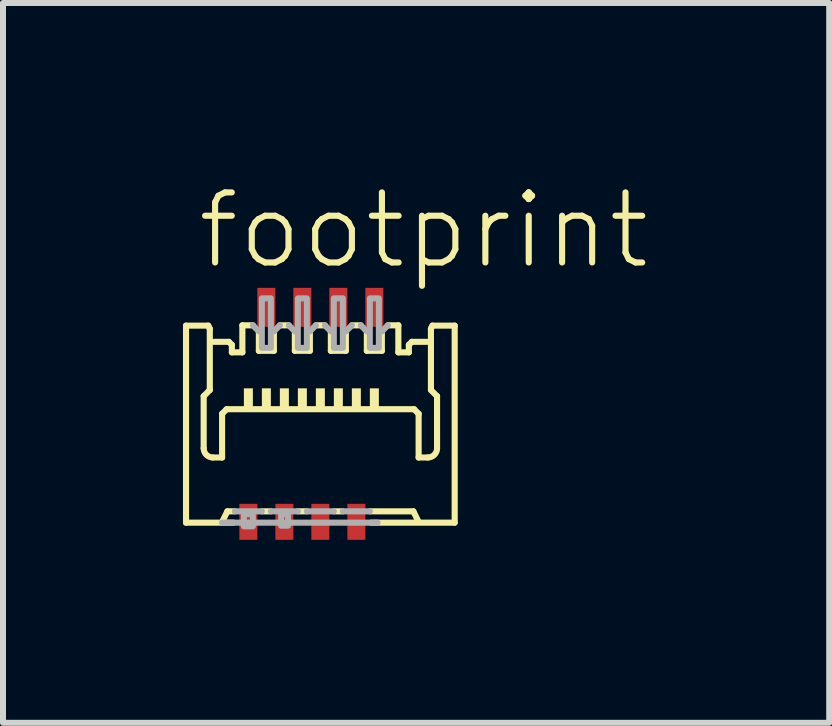
<source format=kicad_pcb>
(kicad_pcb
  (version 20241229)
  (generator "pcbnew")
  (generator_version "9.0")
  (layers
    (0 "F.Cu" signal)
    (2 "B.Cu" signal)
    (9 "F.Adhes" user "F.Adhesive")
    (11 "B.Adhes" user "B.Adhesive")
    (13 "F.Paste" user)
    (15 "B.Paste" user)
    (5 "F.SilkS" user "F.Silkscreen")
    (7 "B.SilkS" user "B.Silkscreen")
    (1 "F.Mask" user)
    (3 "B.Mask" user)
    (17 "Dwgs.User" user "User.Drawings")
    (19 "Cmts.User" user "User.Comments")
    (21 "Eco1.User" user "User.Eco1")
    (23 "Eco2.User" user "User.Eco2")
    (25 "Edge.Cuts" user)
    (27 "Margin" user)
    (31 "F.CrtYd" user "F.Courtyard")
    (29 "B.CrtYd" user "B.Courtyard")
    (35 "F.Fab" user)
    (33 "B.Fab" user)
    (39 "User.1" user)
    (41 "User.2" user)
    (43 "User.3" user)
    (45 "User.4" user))
  (footprint "footprint"
    (layer "F.Cu")
    (at 2.29 3.873)
    (property "Reference" "footprint" (at -2.1 -2.4 0) (layer "F.SilkS") (effects (font (size 1.168 1.168) (thickness 0.102)) (justify left bottom)))
    (fp_poly (pts (xy -1.4 2.125) (xy -1 2.125) (xy -1 1.425) (xy -1.4 1.425)) (stroke (width 0) (type solid)) (fill yes) (layer "F.Mask"))
    (fp_poly (pts (xy -1.1 -1.425) (xy -0.7 -1.425) (xy -0.7 -2.175) (xy -1.1 -2.175)) (stroke (width 0) (type solid)) (fill yes) (layer "F.Mask"))
    (fp_poly (pts (xy -0.8 2.125) (xy -0.4 2.125) (xy -0.4 1.425) (xy -0.8 1.425)) (stroke (width 0) (type solid)) (fill yes) (layer "F.Mask"))
    (fp_poly (pts (xy -0.5 -1.425) (xy -0.1 -1.425) (xy -0.1 -2.175) (xy -0.5 -2.175)) (stroke (width 0) (type solid)) (fill yes) (layer "F.Mask"))
    (fp_poly (pts (xy -0.2 2.125) (xy 0.2 2.125) (xy 0.2 1.425) (xy -0.2 1.425)) (stroke (width 0) (type solid)) (fill yes) (layer "F.Mask"))
    (fp_poly (pts (xy 0.1 -1.425) (xy 0.5 -1.425) (xy 0.5 -2.175) (xy 0.1 -2.175)) (stroke (width 0) (type solid)) (fill yes) (layer "F.Mask"))
    (fp_poly (pts (xy 0.4 2.125) (xy 0.8 2.125) (xy 0.8 1.425) (xy 0.4 1.425)) (stroke (width 0) (type solid)) (fill yes) (layer "F.Mask"))
    (fp_poly (pts (xy 0.7 -1.425) (xy 1.1 -1.425) (xy 1.1 -2.175) (xy 0.7 -2.175)) (stroke (width 0) (type solid)) (fill yes) (layer "F.Mask"))
    (fp_line (start -2.239 -1.495) (end -1.868 -1.495) (stroke (width 0.102) (type solid)) (layer "F.SilkS"))
    (fp_line (start -2.239 1.789) (end -2.239 -1.495) (stroke (width 0.102) (type solid)) (layer "F.SilkS"))
    (fp_line (start -1.945 -0.319) (end -1.945 0.549) (stroke (width 0.102) (type solid)) (layer "F.SilkS"))
    (fp_line (start -1.868 -1.495) (end -1.843 -1.444) (stroke (width 0.102) (type solid)) (layer "F.SilkS"))
    (fp_line (start -1.843 -1.444) (end -1.843 -0.422) (stroke (width 0.102) (type solid)) (layer "F.SilkS"))
    (fp_line (start -1.843 -0.422) (end -1.945 -0.319) (stroke (width 0.102) (type solid)) (layer "F.SilkS"))
    (fp_line (start -1.792 0.703) (end -1.638 0.703) (stroke (width 0.102) (type solid)) (layer "F.SilkS"))
    (fp_line (start -1.775 -1.225) (end -1.525 -1.225) (stroke (width 0.102) (type solid)) (layer "F.SilkS"))
    (fp_line (start -1.638 -0.026) (end -1.562 -0.102) (stroke (width 0.102) (type solid)) (layer "F.SilkS"))
    (fp_line (start -1.638 0.703) (end -1.638 -0.026) (stroke (width 0.102) (type solid)) (layer "F.SilkS"))
    (fp_line (start -1.625 1.751) (end -1.55 1.6) (stroke (width 0.102) (type solid)) (layer "F.SilkS"))
    (fp_line (start -1.55 1.6) (end -1.425 1.6) (stroke (width 0.102) (type solid)) (layer "F.SilkS"))
    (fp_line (start -1.525 -1.225) (end -1.475 -1.175) (stroke (width 0.102) (type solid)) (layer "F.SilkS"))
    (fp_line (start -1.475 -1.175) (end -1.475 -1.05) (stroke (width 0.102) (type solid)) (layer "F.SilkS"))
    (fp_line (start -1.475 -1.05) (end -1.3 -1.05) (stroke (width 0.102) (type solid)) (layer "F.SilkS"))
    (fp_line (start -1.447 1.789) (end -2.239 1.789) (stroke (width 0.102) (type solid)) (layer "F.SilkS"))
    (fp_line (start -1.3 -1.5) (end -1.125 -1.5) (stroke (width 0.102) (type solid)) (layer "F.SilkS"))
    (fp_line (start -1.3 -1.05) (end -1.3 -1.5) (stroke (width 0.102) (type solid)) (layer "F.SilkS"))
    (fp_line (start -1.025 -1.4) (end -1.025 -1.075) (stroke (width 0.102) (type solid)) (layer "F.SilkS"))
    (fp_line (start -1.025 -1.075) (end -0.775 -1.075) (stroke (width 0.102) (type solid)) (layer "F.SilkS"))
    (fp_line (start -0.975 1.6) (end -0.825 1.6) (stroke (width 0.102) (type solid)) (layer "F.SilkS"))
    (fp_line (start -0.775 -1.075) (end -0.775 -1.4) (stroke (width 0.102) (type solid)) (layer "F.SilkS"))
    (fp_line (start -0.675 -1.5) (end -0.525 -1.5) (stroke (width 0.102) (type solid)) (layer "F.SilkS"))
    (fp_line (start -0.425 -1.4) (end -0.425 -1.075) (stroke (width 0.102) (type solid)) (layer "F.SilkS"))
    (fp_line (start -0.425 -1.075) (end -0.175 -1.075) (stroke (width 0.102) (type solid)) (layer "F.SilkS"))
    (fp_line (start -0.375 1.6) (end -0.225 1.6) (stroke (width 0.102) (type solid)) (layer "F.SilkS"))
    (fp_line (start -0.175 -1.075) (end -0.175 -1.4) (stroke (width 0.102) (type solid)) (layer "F.SilkS"))
    (fp_line (start -0.075 -1.5) (end 0.075 -1.5) (stroke (width 0.102) (type solid)) (layer "F.SilkS"))
    (fp_line (start 0.175 -1.4) (end 0.175 -1.075) (stroke (width 0.102) (type solid)) (layer "F.SilkS"))
    (fp_line (start 0.175 -1.075) (end 0.425 -1.075) (stroke (width 0.102) (type solid)) (layer "F.SilkS"))
    (fp_line (start 0.225 1.6) (end 0.375 1.6) (stroke (width 0.102) (type solid)) (layer "F.SilkS"))
    (fp_line (start 0.425 -1.075) (end 0.425 -1.4) (stroke (width 0.102) (type solid)) (layer "F.SilkS"))
    (fp_line (start 0.525 -1.5) (end 0.675 -1.5) (stroke (width 0.102) (type solid)) (layer "F.SilkS"))
    (fp_line (start 0.775 -1.4) (end 0.775 -1.075) (stroke (width 0.102) (type solid)) (layer "F.SilkS"))
    (fp_line (start 0.775 -1.075) (end 1.025 -1.075) (stroke (width 0.102) (type solid)) (layer "F.SilkS"))
    (fp_line (start 0.825 1.6) (end 1.55 1.6) (stroke (width 0.102) (type solid)) (layer "F.SilkS"))
    (fp_line (start 0.847 1.789) (end 2.239 1.789) (stroke (width 0.102) (type solid)) (layer "F.SilkS"))
    (fp_line (start 1.025 -1.075) (end 1.025 -1.4) (stroke (width 0.102) (type solid)) (layer "F.SilkS"))
    (fp_line (start 1.125 -1.5) (end 1.3 -1.5) (stroke (width 0.102) (type solid)) (layer "F.SilkS"))
    (fp_line (start 1.3 -1.05) (end 1.3 -1.5) (stroke (width 0.102) (type solid)) (layer "F.SilkS"))
    (fp_line (start 1.475 -1.175) (end 1.475 -1.05) (stroke (width 0.102) (type solid)) (layer "F.SilkS"))
    (fp_line (start 1.475 -1.05) (end 1.3 -1.05) (stroke (width 0.102) (type solid)) (layer "F.SilkS"))
    (fp_line (start 1.525 -1.225) (end 1.475 -1.175) (stroke (width 0.102) (type solid)) (layer "F.SilkS"))
    (fp_line (start 1.562 -0.102) (end -1.562 -0.102) (stroke (width 0.102) (type solid)) (layer "F.SilkS"))
    (fp_line (start 1.625 1.751) (end 1.55 1.6) (stroke (width 0.102) (type solid)) (layer "F.SilkS"))
    (fp_line (start 1.638 -0.026) (end 1.562 -0.102) (stroke (width 0.102) (type solid)) (layer "F.SilkS"))
    (fp_line (start 1.638 0.703) (end 1.638 -0.026) (stroke (width 0.102) (type solid)) (layer "F.SilkS"))
    (fp_line (start 1.775 -1.225) (end 1.525 -1.225) (stroke (width 0.102) (type solid)) (layer "F.SilkS"))
    (fp_line (start 1.792 0.703) (end 1.638 0.703) (stroke (width 0.102) (type solid)) (layer "F.SilkS"))
    (fp_line (start 1.843 -1.444) (end 1.843 -0.422) (stroke (width 0.102) (type solid)) (layer "F.SilkS"))
    (fp_line (start 1.843 -0.422) (end 1.945 -0.319) (stroke (width 0.102) (type solid)) (layer "F.SilkS"))
    (fp_line (start 1.868 -1.495) (end 1.843 -1.444) (stroke (width 0.102) (type solid)) (layer "F.SilkS"))
    (fp_line (start 1.945 -0.319) (end 1.945 0.549) (stroke (width 0.102) (type solid)) (layer "F.SilkS"))
    (fp_line (start 2.239 -1.495) (end 1.868 -1.495) (stroke (width 0.102) (type solid)) (layer "F.SilkS"))
    (fp_line (start 2.239 1.789) (end 2.239 -1.495) (stroke (width 0.102) (type solid)) (layer "F.SilkS"))
    (fp_arc (start -1.791557 0.702843) (mid -1.899991 0.657929) (end -1.944906 0.549496) (stroke (width 0.1016) (type solid)) (layer "F.SilkS"))
    (fp_arc (start 1.944906 0.549496) (mid 1.899991 0.657929) (end 1.791557 0.702843) (stroke (width 0.1016) (type solid)) (layer "F.SilkS"))
    (fp_poly (pts (xy -1.275 -0.125) (xy -1.125 -0.125) (xy -1.125 -0.45) (xy -1.275 -0.45)) (stroke (width 0) (type solid)) (fill yes) (layer "F.SilkS"))
    (fp_poly (pts (xy -0.975 -0.125) (xy -0.825 -0.125) (xy -0.825 -0.45) (xy -0.975 -0.45)) (stroke (width 0) (type solid)) (fill yes) (layer "F.SilkS"))
    (fp_poly (pts (xy -0.675 -0.125) (xy -0.525 -0.125) (xy -0.525 -0.45) (xy -0.675 -0.45)) (stroke (width 0) (type solid)) (fill yes) (layer "F.SilkS"))
    (fp_poly (pts (xy -0.375 -0.125) (xy -0.225 -0.125) (xy -0.225 -0.45) (xy -0.375 -0.45)) (stroke (width 0) (type solid)) (fill yes) (layer "F.SilkS"))
    (fp_poly (pts (xy -0.075 -0.125) (xy 0.075 -0.125) (xy 0.075 -0.45) (xy -0.075 -0.45)) (stroke (width 0) (type solid)) (fill yes) (layer "F.SilkS"))
    (fp_poly (pts (xy 0.225 -0.125) (xy 0.375 -0.125) (xy 0.375 -0.45) (xy 0.225 -0.45)) (stroke (width 0) (type solid)) (fill yes) (layer "F.SilkS"))
    (fp_poly (pts (xy 0.525 -0.125) (xy 0.675 -0.125) (xy 0.675 -0.45) (xy 0.525 -0.45)) (stroke (width 0) (type solid)) (fill yes) (layer "F.SilkS"))
    (fp_poly (pts (xy 0.825 -0.125) (xy 0.975 -0.125) (xy 0.975 -0.45) (xy 0.825 -0.45)) (stroke (width 0) (type solid)) (fill yes) (layer "F.SilkS"))
    (fp_poly (pts (xy -1.325 2.05) (xy -1.075 2.05) (xy -1.075 1.5) (xy -1.325 1.5)) (stroke (width 0) (type solid)) (fill yes) (layer "F.Paste"))
    (fp_poly (pts (xy -1.025 -1.5) (xy -0.775 -1.5) (xy -0.775 -2.1) (xy -1.025 -2.1)) (stroke (width 0) (type solid)) (fill yes) (layer "F.Paste"))
    (fp_poly (pts (xy -0.725 2.05) (xy -0.475 2.05) (xy -0.475 1.5) (xy -0.725 1.5)) (stroke (width 0) (type solid)) (fill yes) (layer "F.Paste"))
    (fp_poly (pts (xy -0.425 -1.5) (xy -0.175 -1.5) (xy -0.175 -2.1) (xy -0.425 -2.1)) (stroke (width 0) (type solid)) (fill yes) (layer "F.Paste"))
    (fp_poly (pts (xy -0.125 2.05) (xy 0.125 2.05) (xy 0.125 1.5) (xy -0.125 1.5)) (stroke (width 0) (type solid)) (fill yes) (layer "F.Paste"))
    (fp_poly (pts (xy 0.175 -1.5) (xy 0.425 -1.5) (xy 0.425 -2.1) (xy 0.175 -2.1)) (stroke (width 0) (type solid)) (fill yes) (layer "F.Paste"))
    (fp_poly (pts (xy 0.475 2.05) (xy 0.725 2.05) (xy 0.725 1.5) (xy 0.475 1.5)) (stroke (width 0) (type solid)) (fill yes) (layer "F.Paste"))
    (fp_poly (pts (xy 0.775 -1.5) (xy 1.025 -1.5) (xy 1.025 -2.1) (xy 0.775 -2.1)) (stroke (width 0) (type solid)) (fill yes) (layer "F.Paste"))
    (fp_line (start -1.425 1.6) (end -0.975 1.6) (stroke (width 0.102) (type solid)) (layer "F.Fab"))
    (fp_line (start -1.125 -1.5) (end -1.025 -1.4) (stroke (width 0.102) (type solid)) (layer "F.Fab"))
    (fp_line (start -0.825 1.6) (end -0.375 1.6) (stroke (width 0.102) (type solid)) (layer "F.Fab"))
    (fp_line (start -0.775 -1.4) (end -0.675 -1.5) (stroke (width 0.102) (type solid)) (layer "F.Fab"))
    (fp_line (start -0.525 -1.5) (end -0.425 -1.4) (stroke (width 0.102) (type solid)) (layer "F.Fab"))
    (fp_line (start -0.225 1.6) (end 0.225 1.6) (stroke (width 0.102) (type solid)) (layer "F.Fab"))
    (fp_line (start -0.175 -1.4) (end -0.075 -1.5) (stroke (width 0.102) (type solid)) (layer "F.Fab"))
    (fp_line (start 0.075 -1.5) (end 0.175 -1.4) (stroke (width 0.102) (type solid)) (layer "F.Fab"))
    (fp_line (start 0.375 1.6) (end 0.825 1.6) (stroke (width 0.102) (type solid)) (layer "F.Fab"))
    (fp_line (start 0.425 -1.4) (end 0.525 -1.5) (stroke (width 0.102) (type solid)) (layer "F.Fab"))
    (fp_line (start 0.675 -1.5) (end 0.775 -1.4) (stroke (width 0.102) (type solid)) (layer "F.Fab"))
    (fp_line (start 0.953 1.789) (end -1.639 1.789) (stroke (width 0.102) (type solid)) (layer "F.Fab"))
    (fp_line (start 1.025 -1.4) (end 1.125 -1.5) (stroke (width 0.102) (type solid)) (layer "F.Fab"))
    (fp_poly (pts (xy -1.275 1.85) (xy -1.125 1.85) (xy -1.125 1.648) (xy -1.275 1.648)) (stroke (width 0.1) (type solid)) (fill no) (layer "F.Fab"))
    (fp_poly (pts (xy -0.975 -1.125) (xy -0.825 -1.125) (xy -0.825 -1.95) (xy -0.975 -1.95)) (stroke (width 0.1) (type solid)) (fill no) (layer "F.Fab"))
    (fp_poly (pts (xy -0.654 1.84) (xy -0.539 1.84) (xy -0.539 1.648) (xy -0.654 1.648)) (stroke (width 0.1) (type solid)) (fill no) (layer "F.Fab"))
    (fp_poly (pts (xy -0.375 -1.125) (xy -0.225 -1.125) (xy -0.225 -1.95) (xy -0.375 -1.95)) (stroke (width 0.1) (type solid)) (fill no) (layer "F.Fab"))
    (fp_poly (pts (xy 0.225 -1.125) (xy 0.375 -1.125) (xy 0.375 -1.95) (xy 0.225 -1.95)) (stroke (width 0.1) (type solid)) (fill no) (layer "F.Fab"))
    (fp_poly (pts (xy 0.825 -1.125) (xy 0.975 -1.125) (xy 0.975 -1.95) (xy 0.825 -1.95)) (stroke (width 0.1) (type solid)) (fill no) (layer "F.Fab"))
    (pad "1" smd rect (at -1.2 1.775) (size 0.3 0.6) (layers "F.Cu"))
    (pad "2" smd rect (at -0.9 -1.8) (size 0.3 0.65) (layers "F.Cu"))
    (pad "3" smd rect (at -0.6 1.775) (size 0.3 0.6) (layers "F.Cu"))
    (pad "4" smd rect (at -0.3 -1.8) (size 0.3 0.65) (layers "F.Cu"))
    (pad "5" smd rect (at 0 1.775) (size 0.3 0.6) (layers "F.Cu"))
    (pad "6" smd rect (at 0.3 -1.8) (size 0.3 0.65) (layers "F.Cu"))
    (pad "7" smd rect (at 0.6 1.775) (size 0.3 0.6) (layers "F.Cu"))
    (pad "8" smd rect (at 0.9 -1.8) (size 0.3 0.65) (layers "F.Cu")))
  (gr_rect
    (start -3 -3)
    (end 10.772 8.998)
    (stroke (width 0.1) (type default))
    (fill no)
    (layer "Edge.Cuts")))
</source>
